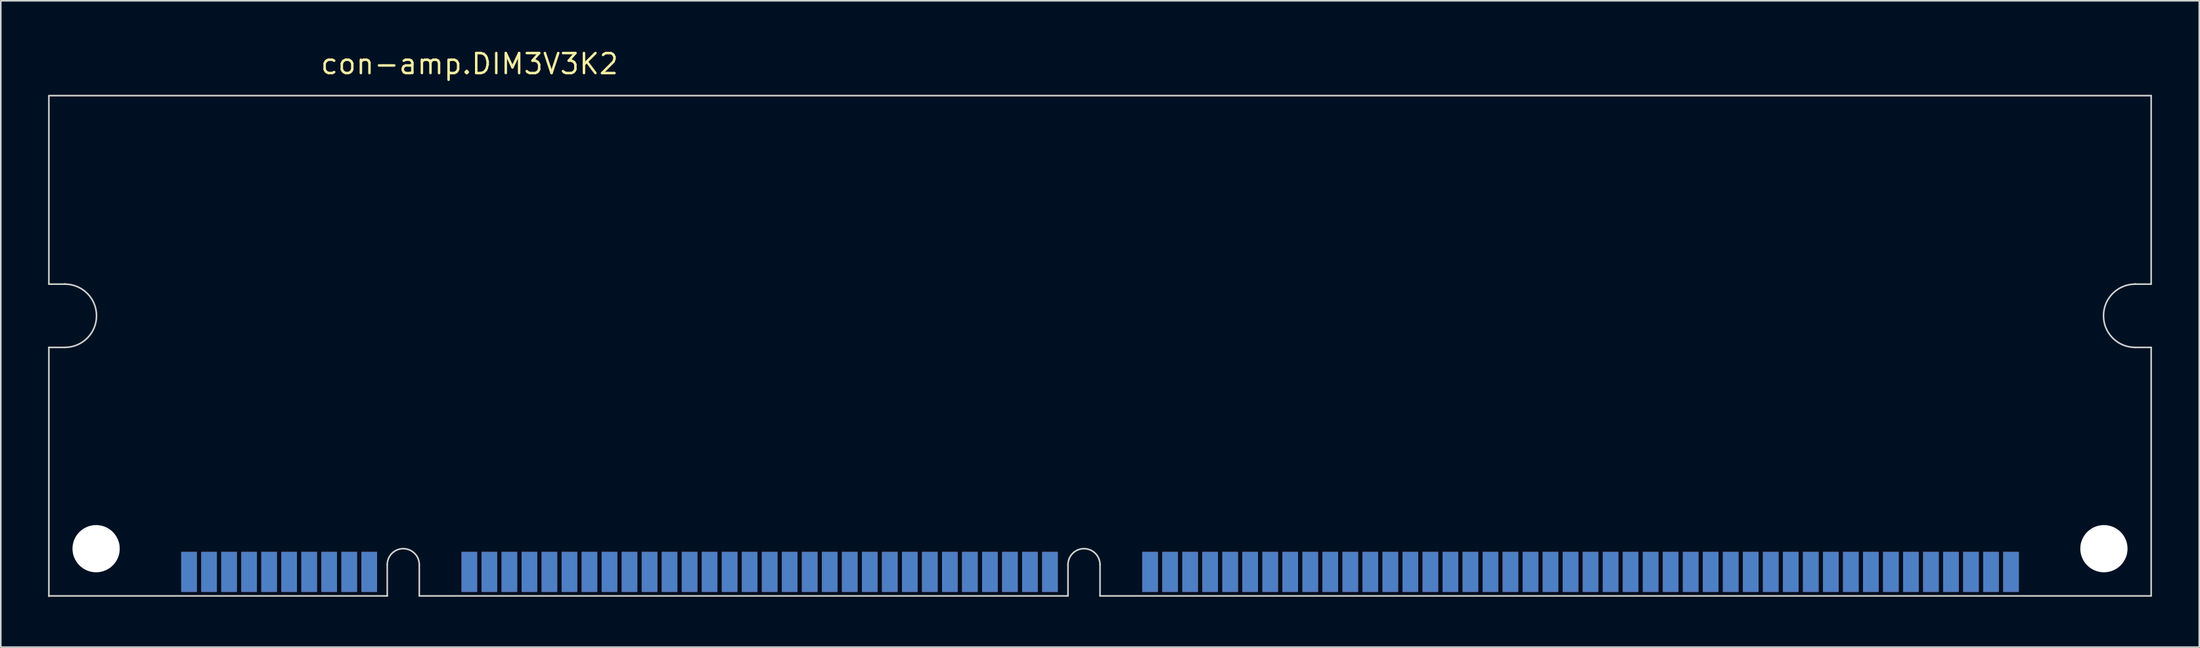
<source format=kicad_pcb>
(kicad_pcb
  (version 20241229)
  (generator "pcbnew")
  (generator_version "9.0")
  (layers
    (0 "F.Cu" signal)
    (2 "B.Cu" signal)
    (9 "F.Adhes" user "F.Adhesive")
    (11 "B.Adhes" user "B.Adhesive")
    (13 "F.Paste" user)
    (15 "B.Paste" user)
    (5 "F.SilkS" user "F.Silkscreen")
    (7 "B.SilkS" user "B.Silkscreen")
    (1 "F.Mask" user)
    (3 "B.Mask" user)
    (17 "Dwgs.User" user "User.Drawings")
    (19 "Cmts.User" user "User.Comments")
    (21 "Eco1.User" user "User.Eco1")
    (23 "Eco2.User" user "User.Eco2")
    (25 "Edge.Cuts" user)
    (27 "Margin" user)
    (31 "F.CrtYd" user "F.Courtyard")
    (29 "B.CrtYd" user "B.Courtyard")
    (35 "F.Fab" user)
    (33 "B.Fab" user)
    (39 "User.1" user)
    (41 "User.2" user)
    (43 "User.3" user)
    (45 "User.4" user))
  (footprint "con-amp.DIM3V3K2"
    (layer "F.Cu")
    (at 66.725 34.77)
    (property "Reference" "con-amp.DIM3V3K2" (at -49.53 -33.02 0) (layer "F.SilkS") (effects (font (size 1.27 1.27) (thickness 0.16)) (justify left bottom)))
    (attr smd)
    (fp_line (start -66.675 -31.75) (end 66.675 -31.75) (stroke (width 0.1) (type default)) (layer "Edge.Cuts"))
    (fp_line (start -66.675 -19.787) (end -66.675 -31.725) (stroke (width 0.1) (type default)) (layer "Edge.Cuts"))
    (fp_line (start -66.675 0.025) (end -66.675 -15.773) (stroke (width 0.1) (type default)) (layer "Edge.Cuts"))
    (fp_line (start -65.659 -19.787) (end -66.675 -19.787) (stroke (width 0.1) (type default)) (layer "Edge.Cuts"))
    (fp_line (start -65.659 -15.773) (end -66.675 -15.773) (stroke (width 0.1) (type default)) (layer "Edge.Cuts"))
    (fp_line (start -65.608 -19.787) (end -65.659 -19.787) (stroke (width 0.1) (type default)) (layer "Edge.Cuts"))
    (fp_line (start -45.212 -1.981) (end -45.212 0) (stroke (width 0.1) (type default)) (layer "Edge.Cuts"))
    (fp_line (start -45.212 0) (end -66.675 0) (stroke (width 0.1) (type default)) (layer "Edge.Cuts"))
    (fp_line (start -43.18 -1.981) (end -43.18 0) (stroke (width 0.1) (type default)) (layer "Edge.Cuts"))
    (fp_line (start -2.032 -1.981) (end -2.032 0) (stroke (width 0.1) (type default)) (layer "Edge.Cuts"))
    (fp_line (start -2.032 0) (end -43.18 0) (stroke (width 0.1) (type default)) (layer "Edge.Cuts"))
    (fp_line (start 0 -1.981) (end 0 0) (stroke (width 0.1) (type default)) (layer "Edge.Cuts"))
    (fp_line (start 65.608 -19.787) (end 65.659 -19.787) (stroke (width 0.1) (type default)) (layer "Edge.Cuts"))
    (fp_line (start 65.659 -19.787) (end 66.675 -19.787) (stroke (width 0.1) (type default)) (layer "Edge.Cuts"))
    (fp_line (start 65.659 -15.773) (end 66.675 -15.773) (stroke (width 0.1) (type default)) (layer "Edge.Cuts"))
    (fp_line (start 66.675 -31.75) (end 66.675 -19.787) (stroke (width 0.1) (type default)) (layer "Edge.Cuts"))
    (fp_line (start 66.675 -15.773) (end 66.675 0) (stroke (width 0.1) (type default)) (layer "Edge.Cuts"))
    (fp_line (start 66.675 0) (end 0 0) (stroke (width 0.1) (type default)) (layer "Edge.Cuts"))
    (fp_arc (start -65.659 -19.7866) (mid -63.6524 -17.78) (end -65.659 -15.7734) (stroke (width 0.1) (type default)) (layer "Edge.Cuts"))
    (fp_arc (start -45.212 -1.9812) (mid -44.196 -2.9972) (end -43.18 -1.9812) (stroke (width 0.1) (type default)) (layer "Edge.Cuts"))
    (fp_arc (start -2.032 -1.9812) (mid -1.016 -2.9972) (end 0 -1.9812) (stroke (width 0.1) (type default)) (layer "Edge.Cuts"))
    (fp_arc (start 65.659 -15.7734) (mid 63.6524 -17.78) (end 65.659 -19.7866) (stroke (width 0.1) (type default)) (layer "Edge.Cuts"))
    (pad "" np_thru_hole circle (at -63.678 -2.997) (size 2.997 2.997) (drill 2.997) (layers "*.Cu" "*.Mask"))
    (pad "" np_thru_hole circle (at 63.678 -2.997) (size 2.997 2.997) (drill 2.997) (layers "*.Cu" "*.Mask"))
    (pad "1" smd roundrect (at -57.785 -1.524) (size 0.991 2.54) (layers "F.Cu" "F.Mask" "F.Paste") (roundrect_rratio 0.01))
    (pad "2" smd roundrect (at -56.515 -1.524) (size 0.991 2.54) (layers "F.Cu" "F.Mask" "F.Paste") (roundrect_rratio 0.01))
    (pad "3" smd roundrect (at -55.245 -1.524) (size 0.991 2.54) (layers "F.Cu" "F.Mask" "F.Paste") (roundrect_rratio 0.01))
    (pad "4" smd roundrect (at -53.975 -1.524) (size 0.991 2.54) (layers "F.Cu" "F.Mask" "F.Paste") (roundrect_rratio 0.01))
    (pad "5" smd roundrect (at -52.705 -1.524) (size 0.991 2.54) (layers "F.Cu" "F.Mask" "F.Paste") (roundrect_rratio 0.01))
    (pad "6" smd roundrect (at -51.435 -1.524) (size 0.991 2.54) (layers "F.Cu" "F.Mask" "F.Paste") (roundrect_rratio 0.01))
    (pad "7" smd roundrect (at -50.165 -1.524) (size 0.991 2.54) (layers "F.Cu" "F.Mask" "F.Paste") (roundrect_rratio 0.01))
    (pad "8" smd roundrect (at -48.895 -1.524) (size 0.991 2.54) (layers "F.Cu" "F.Mask" "F.Paste") (roundrect_rratio 0.01))
    (pad "9" smd roundrect (at -47.625 -1.524) (size 0.991 2.54) (layers "F.Cu" "F.Mask" "F.Paste") (roundrect_rratio 0.01))
    (pad "10" smd roundrect (at -46.355 -1.524) (size 0.991 2.54) (layers "F.Cu" "F.Mask" "F.Paste") (roundrect_rratio 0.01))
    (pad "11" smd roundrect (at -40.005 -1.524) (size 0.991 2.54) (layers "F.Cu" "F.Mask" "F.Paste") (roundrect_rratio 0.01))
    (pad "12" smd roundrect (at -38.735 -1.524) (size 0.991 2.54) (layers "F.Cu" "F.Mask" "F.Paste") (roundrect_rratio 0.01))
    (pad "13" smd roundrect (at -37.465 -1.524) (size 0.991 2.54) (layers "F.Cu" "F.Mask" "F.Paste") (roundrect_rratio 0.01))
    (pad "14" smd roundrect (at -36.195 -1.524) (size 0.991 2.54) (layers "F.Cu" "F.Mask" "F.Paste") (roundrect_rratio 0.01))
    (pad "15" smd roundrect (at -34.925 -1.524) (size 0.991 2.54) (layers "F.Cu" "F.Mask" "F.Paste") (roundrect_rratio 0.01))
    (pad "16" smd roundrect (at -33.655 -1.524) (size 0.991 2.54) (layers "F.Cu" "F.Mask" "F.Paste") (roundrect_rratio 0.01))
    (pad "17" smd roundrect (at -32.385 -1.524) (size 0.991 2.54) (layers "F.Cu" "F.Mask" "F.Paste") (roundrect_rratio 0.01))
    (pad "18" smd roundrect (at -31.115 -1.524) (size 0.991 2.54) (layers "F.Cu" "F.Mask" "F.Paste") (roundrect_rratio 0.01))
    (pad "19" smd roundrect (at -29.845 -1.524) (size 0.991 2.54) (layers "F.Cu" "F.Mask" "F.Paste") (roundrect_rratio 0.01))
    (pad "20" smd roundrect (at -28.575 -1.524) (size 0.991 2.54) (layers "F.Cu" "F.Mask" "F.Paste") (roundrect_rratio 0.01))
    (pad "21" smd roundrect (at -27.305 -1.524) (size 0.991 2.54) (layers "F.Cu" "F.Mask" "F.Paste") (roundrect_rratio 0.01))
    (pad "22" smd roundrect (at -26.035 -1.524) (size 0.991 2.54) (layers "F.Cu" "F.Mask" "F.Paste") (roundrect_rratio 0.01))
    (pad "23" smd roundrect (at -24.765 -1.524) (size 0.991 2.54) (layers "F.Cu" "F.Mask" "F.Paste") (roundrect_rratio 0.01))
    (pad "24" smd roundrect (at -23.495 -1.524) (size 0.991 2.54) (layers "F.Cu" "F.Mask" "F.Paste") (roundrect_rratio 0.01))
    (pad "25" smd roundrect (at -22.225 -1.524) (size 0.991 2.54) (layers "F.Cu" "F.Mask" "F.Paste") (roundrect_rratio 0.01))
    (pad "26" smd roundrect (at -20.955 -1.524) (size 0.991 2.54) (layers "F.Cu" "F.Mask" "F.Paste") (roundrect_rratio 0.01))
    (pad "27" smd roundrect (at -19.685 -1.524) (size 0.991 2.54) (layers "F.Cu" "F.Mask" "F.Paste") (roundrect_rratio 0.01))
    (pad "28" smd roundrect (at -18.415 -1.524) (size 0.991 2.54) (layers "F.Cu" "F.Mask" "F.Paste") (roundrect_rratio 0.01))
    (pad "29" smd roundrect (at -17.145 -1.524) (size 0.991 2.54) (layers "F.Cu" "F.Mask" "F.Paste") (roundrect_rratio 0.01))
    (pad "30" smd roundrect (at -15.875 -1.524) (size 0.991 2.54) (layers "F.Cu" "F.Mask" "F.Paste") (roundrect_rratio 0.01))
    (pad "31" smd roundrect (at -14.605 -1.524) (size 0.991 2.54) (layers "F.Cu" "F.Mask" "F.Paste") (roundrect_rratio 0.01))
    (pad "32" smd roundrect (at -13.335 -1.524) (size 0.991 2.54) (layers "F.Cu" "F.Mask" "F.Paste") (roundrect_rratio 0.01))
    (pad "33" smd roundrect (at -12.065 -1.524) (size 0.991 2.54) (layers "F.Cu" "F.Mask" "F.Paste") (roundrect_rratio 0.01))
    (pad "34" smd roundrect (at -10.795 -1.524) (size 0.991 2.54) (layers "F.Cu" "F.Mask" "F.Paste") (roundrect_rratio 0.01))
    (pad "35" smd roundrect (at -9.525 -1.524) (size 0.991 2.54) (layers "F.Cu" "F.Mask" "F.Paste") (roundrect_rratio 0.01))
    (pad "36" smd roundrect (at -8.255 -1.524) (size 0.991 2.54) (layers "F.Cu" "F.Mask" "F.Paste") (roundrect_rratio 0.01))
    (pad "37" smd roundrect (at -6.985 -1.524) (size 0.991 2.54) (layers "F.Cu" "F.Mask" "F.Paste") (roundrect_rratio 0.01))
    (pad "38" smd roundrect (at -5.715 -1.524) (size 0.991 2.54) (layers "F.Cu" "F.Mask" "F.Paste") (roundrect_rratio 0.01))
    (pad "39" smd roundrect (at -4.445 -1.524) (size 0.991 2.54) (layers "F.Cu" "F.Mask" "F.Paste") (roundrect_rratio 0.01))
    (pad "40" smd roundrect (at -3.175 -1.524) (size 0.991 2.54) (layers "F.Cu" "F.Mask" "F.Paste") (roundrect_rratio 0.01))
    (pad "41" smd roundrect (at 3.175 -1.524) (size 0.991 2.54) (layers "F.Cu" "F.Mask" "F.Paste") (roundrect_rratio 0.01))
    (pad "42" smd roundrect (at 4.445 -1.524) (size 0.991 2.54) (layers "F.Cu" "F.Mask" "F.Paste") (roundrect_rratio 0.01))
    (pad "43" smd roundrect (at 5.715 -1.524) (size 0.991 2.54) (layers "F.Cu" "F.Mask" "F.Paste") (roundrect_rratio 0.01))
    (pad "44" smd roundrect (at 6.985 -1.524) (size 0.991 2.54) (layers "F.Cu" "F.Mask" "F.Paste") (roundrect_rratio 0.01))
    (pad "45" smd roundrect (at 8.255 -1.524) (size 0.991 2.54) (layers "F.Cu" "F.Mask" "F.Paste") (roundrect_rratio 0.01))
    (pad "46" smd roundrect (at 9.525 -1.524) (size 0.991 2.54) (layers "F.Cu" "F.Mask" "F.Paste") (roundrect_rratio 0.01))
    (pad "47" smd roundrect (at 10.795 -1.524) (size 0.991 2.54) (layers "F.Cu" "F.Mask" "F.Paste") (roundrect_rratio 0.01))
    (pad "48" smd roundrect (at 12.065 -1.524) (size 0.991 2.54) (layers "F.Cu" "F.Mask" "F.Paste") (roundrect_rratio 0.01))
    (pad "49" smd roundrect (at 13.335 -1.524) (size 0.991 2.54) (layers "F.Cu" "F.Mask" "F.Paste") (roundrect_rratio 0.01))
    (pad "50" smd roundrect (at 14.605 -1.524) (size 0.991 2.54) (layers "F.Cu" "F.Mask" "F.Paste") (roundrect_rratio 0.01))
    (pad "51" smd roundrect (at 15.875 -1.524) (size 0.991 2.54) (layers "F.Cu" "F.Mask" "F.Paste") (roundrect_rratio 0.01))
    (pad "52" smd roundrect (at 17.145 -1.524) (size 0.991 2.54) (layers "F.Cu" "F.Mask" "F.Paste") (roundrect_rratio 0.01))
    (pad "53" smd roundrect (at 18.415 -1.524) (size 0.991 2.54) (layers "F.Cu" "F.Mask" "F.Paste") (roundrect_rratio 0.01))
    (pad "54" smd roundrect (at 19.685 -1.524) (size 0.991 2.54) (layers "F.Cu" "F.Mask" "F.Paste") (roundrect_rratio 0.01))
    (pad "55" smd roundrect (at 20.955 -1.524) (size 0.991 2.54) (layers "F.Cu" "F.Mask" "F.Paste") (roundrect_rratio 0.01))
    (pad "56" smd roundrect (at 22.225 -1.524) (size 0.991 2.54) (layers "F.Cu" "F.Mask" "F.Paste") (roundrect_rratio 0.01))
    (pad "57" smd roundrect (at 23.495 -1.524) (size 0.991 2.54) (layers "F.Cu" "F.Mask" "F.Paste") (roundrect_rratio 0.01))
    (pad "58" smd roundrect (at 24.765 -1.524) (size 0.991 2.54) (layers "F.Cu" "F.Mask" "F.Paste") (roundrect_rratio 0.01))
    (pad "59" smd roundrect (at 26.035 -1.524) (size 0.991 2.54) (layers "F.Cu" "F.Mask" "F.Paste") (roundrect_rratio 0.01))
    (pad "60" smd roundrect (at 27.305 -1.524) (size 0.991 2.54) (layers "F.Cu" "F.Mask" "F.Paste") (roundrect_rratio 0.01))
    (pad "61" smd roundrect (at 28.575 -1.524) (size 0.991 2.54) (layers "F.Cu" "F.Mask" "F.Paste") (roundrect_rratio 0.01))
    (pad "62" smd roundrect (at 29.845 -1.524) (size 0.991 2.54) (layers "F.Cu" "F.Mask" "F.Paste") (roundrect_rratio 0.01))
    (pad "63" smd roundrect (at 31.115 -1.524) (size 0.991 2.54) (layers "F.Cu" "F.Mask" "F.Paste") (roundrect_rratio 0.01))
    (pad "64" smd roundrect (at 32.385 -1.524) (size 0.991 2.54) (layers "F.Cu" "F.Mask" "F.Paste") (roundrect_rratio 0.01))
    (pad "65" smd roundrect (at 33.655 -1.524) (size 0.991 2.54) (layers "F.Cu" "F.Mask" "F.Paste") (roundrect_rratio 0.01))
    (pad "66" smd roundrect (at 34.925 -1.524) (size 0.991 2.54) (layers "F.Cu" "F.Mask" "F.Paste") (roundrect_rratio 0.01))
    (pad "67" smd roundrect (at 36.195 -1.524) (size 0.991 2.54) (layers "F.Cu" "F.Mask" "F.Paste") (roundrect_rratio 0.01))
    (pad "68" smd roundrect (at 37.465 -1.524) (size 0.991 2.54) (layers "F.Cu" "F.Mask" "F.Paste") (roundrect_rratio 0.01))
    (pad "69" smd roundrect (at 38.735 -1.524) (size 0.991 2.54) (layers "F.Cu" "F.Mask" "F.Paste") (roundrect_rratio 0.01))
    (pad "70" smd roundrect (at 40.005 -1.524) (size 0.991 2.54) (layers "F.Cu" "F.Mask" "F.Paste") (roundrect_rratio 0.01))
    (pad "71" smd roundrect (at 41.275 -1.524) (size 0.991 2.54) (layers "F.Cu" "F.Mask" "F.Paste") (roundrect_rratio 0.01))
    (pad "72" smd roundrect (at 42.545 -1.524) (size 0.991 2.54) (layers "F.Cu" "F.Mask" "F.Paste") (roundrect_rratio 0.01))
    (pad "73" smd roundrect (at 43.815 -1.524) (size 0.991 2.54) (layers "F.Cu" "F.Mask" "F.Paste") (roundrect_rratio 0.01))
    (pad "74" smd roundrect (at 45.085 -1.524) (size 0.991 2.54) (layers "F.Cu" "F.Mask" "F.Paste") (roundrect_rratio 0.01))
    (pad "75" smd roundrect (at 46.355 -1.524) (size 0.991 2.54) (layers "F.Cu" "F.Mask" "F.Paste") (roundrect_rratio 0.01))
    (pad "76" smd roundrect (at 47.625 -1.524) (size 0.991 2.54) (layers "F.Cu" "F.Mask" "F.Paste") (roundrect_rratio 0.01))
    (pad "77" smd roundrect (at 48.895 -1.524) (size 0.991 2.54) (layers "F.Cu" "F.Mask" "F.Paste") (roundrect_rratio 0.01))
    (pad "78" smd roundrect (at 50.165 -1.524) (size 0.991 2.54) (layers "F.Cu" "F.Mask" "F.Paste") (roundrect_rratio 0.01))
    (pad "79" smd roundrect (at 51.435 -1.524) (size 0.991 2.54) (layers "F.Cu" "F.Mask" "F.Paste") (roundrect_rratio 0.01))
    (pad "80" smd roundrect (at 52.705 -1.524) (size 0.991 2.54) (layers "F.Cu" "F.Mask" "F.Paste") (roundrect_rratio 0.01))
    (pad "81" smd roundrect (at 53.975 -1.524) (size 0.991 2.54) (layers "F.Cu" "F.Mask" "F.Paste") (roundrect_rratio 0.01))
    (pad "82" smd roundrect (at 55.245 -1.524) (size 0.991 2.54) (layers "F.Cu" "F.Mask" "F.Paste") (roundrect_rratio 0.01))
    (pad "83" smd roundrect (at 56.515 -1.524) (size 0.991 2.54) (layers "F.Cu" "F.Mask" "F.Paste") (roundrect_rratio 0.01))
    (pad "84" smd roundrect (at 57.785 -1.524) (size 0.991 2.54) (layers "F.Cu" "F.Mask" "F.Paste") (roundrect_rratio 0.01))
    (pad "85" smd roundrect (at -57.785 -1.524) (size 0.991 2.54) (layers "B.Cu" "B.Mask" "B.Paste") (roundrect_rratio 0.01))
    (pad "86" smd roundrect (at -56.515 -1.524) (size 0.991 2.54) (layers "B.Cu" "B.Mask" "B.Paste") (roundrect_rratio 0.01))
    (pad "87" smd roundrect (at -55.245 -1.524) (size 0.991 2.54) (layers "B.Cu" "B.Mask" "B.Paste") (roundrect_rratio 0.01))
    (pad "88" smd roundrect (at -53.975 -1.524) (size 0.991 2.54) (layers "B.Cu" "B.Mask" "B.Paste") (roundrect_rratio 0.01))
    (pad "89" smd roundrect (at -52.705 -1.524) (size 0.991 2.54) (layers "B.Cu" "B.Mask" "B.Paste") (roundrect_rratio 0.01))
    (pad "90" smd roundrect (at -51.435 -1.524) (size 0.991 2.54) (layers "B.Cu" "B.Mask" "B.Paste") (roundrect_rratio 0.01))
    (pad "91" smd roundrect (at -50.165 -1.524) (size 0.991 2.54) (layers "B.Cu" "B.Mask" "B.Paste") (roundrect_rratio 0.01))
    (pad "92" smd roundrect (at -48.895 -1.524) (size 0.991 2.54) (layers "B.Cu" "B.Mask" "B.Paste") (roundrect_rratio 0.01))
    (pad "93" smd roundrect (at -47.625 -1.524) (size 0.991 2.54) (layers "B.Cu" "B.Mask" "B.Paste") (roundrect_rratio 0.01))
    (pad "94" smd roundrect (at -46.355 -1.524) (size 0.991 2.54) (layers "B.Cu" "B.Mask" "B.Paste") (roundrect_rratio 0.01))
    (pad "95" smd roundrect (at -40.005 -1.524) (size 0.991 2.54) (layers "B.Cu" "B.Mask" "B.Paste") (roundrect_rratio 0.01))
    (pad "96" smd roundrect (at -38.735 -1.524) (size 0.991 2.54) (layers "B.Cu" "B.Mask" "B.Paste") (roundrect_rratio 0.01))
    (pad "97" smd roundrect (at -37.465 -1.524) (size 0.991 2.54) (layers "B.Cu" "B.Mask" "B.Paste") (roundrect_rratio 0.01))
    (pad "98" smd roundrect (at -36.195 -1.524) (size 0.991 2.54) (layers "B.Cu" "B.Mask" "B.Paste") (roundrect_rratio 0.01))
    (pad "99" smd roundrect (at -34.925 -1.524) (size 0.991 2.54) (layers "B.Cu" "B.Mask" "B.Paste") (roundrect_rratio 0.01))
    (pad "100" smd roundrect (at -33.655 -1.524) (size 0.991 2.54) (layers "B.Cu" "B.Mask" "B.Paste") (roundrect_rratio 0.01))
    (pad "101" smd roundrect (at -32.385 -1.524) (size 0.991 2.54) (layers "B.Cu" "B.Mask" "B.Paste") (roundrect_rratio 0.01))
    (pad "102" smd roundrect (at -31.115 -1.524) (size 0.991 2.54) (layers "B.Cu" "B.Mask" "B.Paste") (roundrect_rratio 0.01))
    (pad "103" smd roundrect (at -29.845 -1.524) (size 0.991 2.54) (layers "B.Cu" "B.Mask" "B.Paste") (roundrect_rratio 0.01))
    (pad "104" smd roundrect (at -28.575 -1.524) (size 0.991 2.54) (layers "B.Cu" "B.Mask" "B.Paste") (roundrect_rratio 0.01))
    (pad "105" smd roundrect (at -27.305 -1.524) (size 0.991 2.54) (layers "B.Cu" "B.Mask" "B.Paste") (roundrect_rratio 0.01))
    (pad "106" smd roundrect (at -26.035 -1.524) (size 0.991 2.54) (layers "B.Cu" "B.Mask" "B.Paste") (roundrect_rratio 0.01))
    (pad "107" smd roundrect (at -24.765 -1.524) (size 0.991 2.54) (layers "B.Cu" "B.Mask" "B.Paste") (roundrect_rratio 0.01))
    (pad "108" smd roundrect (at -23.495 -1.524) (size 0.991 2.54) (layers "B.Cu" "B.Mask" "B.Paste") (roundrect_rratio 0.01))
    (pad "109" smd roundrect (at -22.225 -1.524) (size 0.991 2.54) (layers "B.Cu" "B.Mask" "B.Paste") (roundrect_rratio 0.01))
    (pad "110" smd roundrect (at -20.955 -1.524) (size 0.991 2.54) (layers "B.Cu" "B.Mask" "B.Paste") (roundrect_rratio 0.01))
    (pad "111" smd roundrect (at -19.685 -1.524) (size 0.991 2.54) (layers "B.Cu" "B.Mask" "B.Paste") (roundrect_rratio 0.01))
    (pad "112" smd roundrect (at -18.415 -1.524) (size 0.991 2.54) (layers "B.Cu" "B.Mask" "B.Paste") (roundrect_rratio 0.01))
    (pad "113" smd roundrect (at -17.145 -1.524) (size 0.991 2.54) (layers "B.Cu" "B.Mask" "B.Paste") (roundrect_rratio 0.01))
    (pad "114" smd roundrect (at -15.875 -1.524) (size 0.991 2.54) (layers "B.Cu" "B.Mask" "B.Paste") (roundrect_rratio 0.01))
    (pad "115" smd roundrect (at -14.605 -1.524) (size 0.991 2.54) (layers "B.Cu" "B.Mask" "B.Paste") (roundrect_rratio 0.01))
    (pad "116" smd roundrect (at -13.335 -1.524) (size 0.991 2.54) (layers "B.Cu" "B.Mask" "B.Paste") (roundrect_rratio 0.01))
    (pad "117" smd roundrect (at -12.065 -1.524) (size 0.991 2.54) (layers "B.Cu" "B.Mask" "B.Paste") (roundrect_rratio 0.01))
    (pad "118" smd roundrect (at -10.795 -1.524) (size 0.991 2.54) (layers "B.Cu" "B.Mask" "B.Paste") (roundrect_rratio 0.01))
    (pad "119" smd roundrect (at -9.525 -1.524) (size 0.991 2.54) (layers "B.Cu" "B.Mask" "B.Paste") (roundrect_rratio 0.01))
    (pad "120" smd roundrect (at -8.255 -1.524) (size 0.991 2.54) (layers "B.Cu" "B.Mask" "B.Paste") (roundrect_rratio 0.01))
    (pad "121" smd roundrect (at -6.985 -1.524) (size 0.991 2.54) (layers "B.Cu" "B.Mask" "B.Paste") (roundrect_rratio 0.01))
    (pad "122" smd roundrect (at -5.715 -1.524) (size 0.991 2.54) (layers "B.Cu" "B.Mask" "B.Paste") (roundrect_rratio 0.01))
    (pad "123" smd roundrect (at -4.445 -1.524) (size 0.991 2.54) (layers "B.Cu" "B.Mask" "B.Paste") (roundrect_rratio 0.01))
    (pad "124" smd roundrect (at -3.175 -1.524) (size 0.991 2.54) (layers "B.Cu" "B.Mask" "B.Paste") (roundrect_rratio 0.01))
    (pad "125" smd roundrect (at 3.175 -1.524) (size 0.991 2.54) (layers "B.Cu" "B.Mask" "B.Paste") (roundrect_rratio 0.01))
    (pad "126" smd roundrect (at 4.445 -1.524) (size 0.991 2.54) (layers "B.Cu" "B.Mask" "B.Paste") (roundrect_rratio 0.01))
    (pad "127" smd roundrect (at 5.715 -1.524) (size 0.991 2.54) (layers "B.Cu" "B.Mask" "B.Paste") (roundrect_rratio 0.01))
    (pad "128" smd roundrect (at 6.985 -1.524) (size 0.991 2.54) (layers "B.Cu" "B.Mask" "B.Paste") (roundrect_rratio 0.01))
    (pad "129" smd roundrect (at 8.255 -1.524) (size 0.991 2.54) (layers "B.Cu" "B.Mask" "B.Paste") (roundrect_rratio 0.01))
    (pad "130" smd roundrect (at 9.525 -1.524) (size 0.991 2.54) (layers "B.Cu" "B.Mask" "B.Paste") (roundrect_rratio 0.01))
    (pad "131" smd roundrect (at 10.795 -1.524) (size 0.991 2.54) (layers "B.Cu" "B.Mask" "B.Paste") (roundrect_rratio 0.01))
    (pad "132" smd roundrect (at 12.065 -1.524) (size 0.991 2.54) (layers "B.Cu" "B.Mask" "B.Paste") (roundrect_rratio 0.01))
    (pad "133" smd roundrect (at 13.335 -1.524) (size 0.991 2.54) (layers "B.Cu" "B.Mask" "B.Paste") (roundrect_rratio 0.01))
    (pad "134" smd roundrect (at 14.605 -1.524) (size 0.991 2.54) (layers "B.Cu" "B.Mask" "B.Paste") (roundrect_rratio 0.01))
    (pad "135" smd roundrect (at 15.875 -1.524) (size 0.991 2.54) (layers "B.Cu" "B.Mask" "B.Paste") (roundrect_rratio 0.01))
    (pad "136" smd roundrect (at 17.145 -1.524) (size 0.991 2.54) (layers "B.Cu" "B.Mask" "B.Paste") (roundrect_rratio 0.01))
    (pad "137" smd roundrect (at 18.415 -1.524) (size 0.991 2.54) (layers "B.Cu" "B.Mask" "B.Paste") (roundrect_rratio 0.01))
    (pad "138" smd roundrect (at 19.685 -1.524) (size 0.991 2.54) (layers "B.Cu" "B.Mask" "B.Paste") (roundrect_rratio 0.01))
    (pad "139" smd roundrect (at 20.955 -1.524) (size 0.991 2.54) (layers "B.Cu" "B.Mask" "B.Paste") (roundrect_rratio 0.01))
    (pad "140" smd roundrect (at 22.225 -1.524) (size 0.991 2.54) (layers "B.Cu" "B.Mask" "B.Paste") (roundrect_rratio 0.01))
    (pad "141" smd roundrect (at 23.495 -1.524) (size 0.991 2.54) (layers "B.Cu" "B.Mask" "B.Paste") (roundrect_rratio 0.01))
    (pad "142" smd roundrect (at 24.765 -1.524) (size 0.991 2.54) (layers "B.Cu" "B.Mask" "B.Paste") (roundrect_rratio 0.01))
    (pad "143" smd roundrect (at 26.035 -1.524) (size 0.991 2.54) (layers "B.Cu" "B.Mask" "B.Paste") (roundrect_rratio 0.01))
    (pad "144" smd roundrect (at 27.305 -1.524) (size 0.991 2.54) (layers "B.Cu" "B.Mask" "B.Paste") (roundrect_rratio 0.01))
    (pad "145" smd roundrect (at 28.575 -1.524) (size 0.991 2.54) (layers "B.Cu" "B.Mask" "B.Paste") (roundrect_rratio 0.01))
    (pad "146" smd roundrect (at 29.845 -1.524) (size 0.991 2.54) (layers "B.Cu" "B.Mask" "B.Paste") (roundrect_rratio 0.01))
    (pad "147" smd roundrect (at 31.115 -1.524) (size 0.991 2.54) (layers "B.Cu" "B.Mask" "B.Paste") (roundrect_rratio 0.01))
    (pad "148" smd roundrect (at 32.385 -1.524) (size 0.991 2.54) (layers "B.Cu" "B.Mask" "B.Paste") (roundrect_rratio 0.01))
    (pad "149" smd roundrect (at 33.655 -1.524) (size 0.991 2.54) (layers "B.Cu" "B.Mask" "B.Paste") (roundrect_rratio 0.01))
    (pad "150" smd roundrect (at 34.925 -1.524) (size 0.991 2.54) (layers "B.Cu" "B.Mask" "B.Paste") (roundrect_rratio 0.01))
    (pad "151" smd roundrect (at 36.195 -1.524) (size 0.991 2.54) (layers "B.Cu" "B.Mask" "B.Paste") (roundrect_rratio 0.01))
    (pad "152" smd roundrect (at 37.465 -1.524) (size 0.991 2.54) (layers "B.Cu" "B.Mask" "B.Paste") (roundrect_rratio 0.01))
    (pad "153" smd roundrect (at 38.735 -1.524) (size 0.991 2.54) (layers "B.Cu" "B.Mask" "B.Paste") (roundrect_rratio 0.01))
    (pad "154" smd roundrect (at 40.005 -1.524) (size 0.991 2.54) (layers "B.Cu" "B.Mask" "B.Paste") (roundrect_rratio 0.01))
    (pad "155" smd roundrect (at 41.275 -1.524) (size 0.991 2.54) (layers "B.Cu" "B.Mask" "B.Paste") (roundrect_rratio 0.01))
    (pad "156" smd roundrect (at 42.545 -1.524) (size 0.991 2.54) (layers "B.Cu" "B.Mask" "B.Paste") (roundrect_rratio 0.01))
    (pad "157" smd roundrect (at 43.815 -1.524) (size 0.991 2.54) (layers "B.Cu" "B.Mask" "B.Paste") (roundrect_rratio 0.01))
    (pad "158" smd roundrect (at 45.085 -1.524) (size 0.991 2.54) (layers "B.Cu" "B.Mask" "B.Paste") (roundrect_rratio 0.01))
    (pad "159" smd roundrect (at 46.355 -1.524) (size 0.991 2.54) (layers "B.Cu" "B.Mask" "B.Paste") (roundrect_rratio 0.01))
    (pad "160" smd roundrect (at 47.625 -1.524) (size 0.991 2.54) (layers "B.Cu" "B.Mask" "B.Paste") (roundrect_rratio 0.01))
    (pad "161" smd roundrect (at 48.895 -1.524) (size 0.991 2.54) (layers "B.Cu" "B.Mask" "B.Paste") (roundrect_rratio 0.01))
    (pad "162" smd roundrect (at 50.165 -1.524) (size 0.991 2.54) (layers "B.Cu" "B.Mask" "B.Paste") (roundrect_rratio 0.01))
    (pad "163" smd roundrect (at 51.435 -1.524) (size 0.991 2.54) (layers "B.Cu" "B.Mask" "B.Paste") (roundrect_rratio 0.01))
    (pad "164" smd roundrect (at 52.705 -1.524) (size 0.991 2.54) (layers "B.Cu" "B.Mask" "B.Paste") (roundrect_rratio 0.01))
    (pad "165" smd roundrect (at 53.975 -1.524) (size 0.991 2.54) (layers "B.Cu" "B.Mask" "B.Paste") (roundrect_rratio 0.01))
    (pad "166" smd roundrect (at 55.245 -1.524) (size 0.991 2.54) (layers "B.Cu" "B.Mask" "B.Paste") (roundrect_rratio 0.01))
    (pad "167" smd roundrect (at 56.515 -1.524) (size 0.991 2.54) (layers "B.Cu" "B.Mask" "B.Paste") (roundrect_rratio 0.01))
    (pad "168" smd roundrect (at 57.785 -1.524) (size 0.991 2.54) (layers "B.Cu" "B.Mask" "B.Paste") (roundrect_rratio 0.01)))
  (gr_rect
    (start -3 -3)
    (end 136.45 38.02)
    (stroke (width 0.1) (type default))
    (fill no)
    (layer "Edge.Cuts")))
</source>
